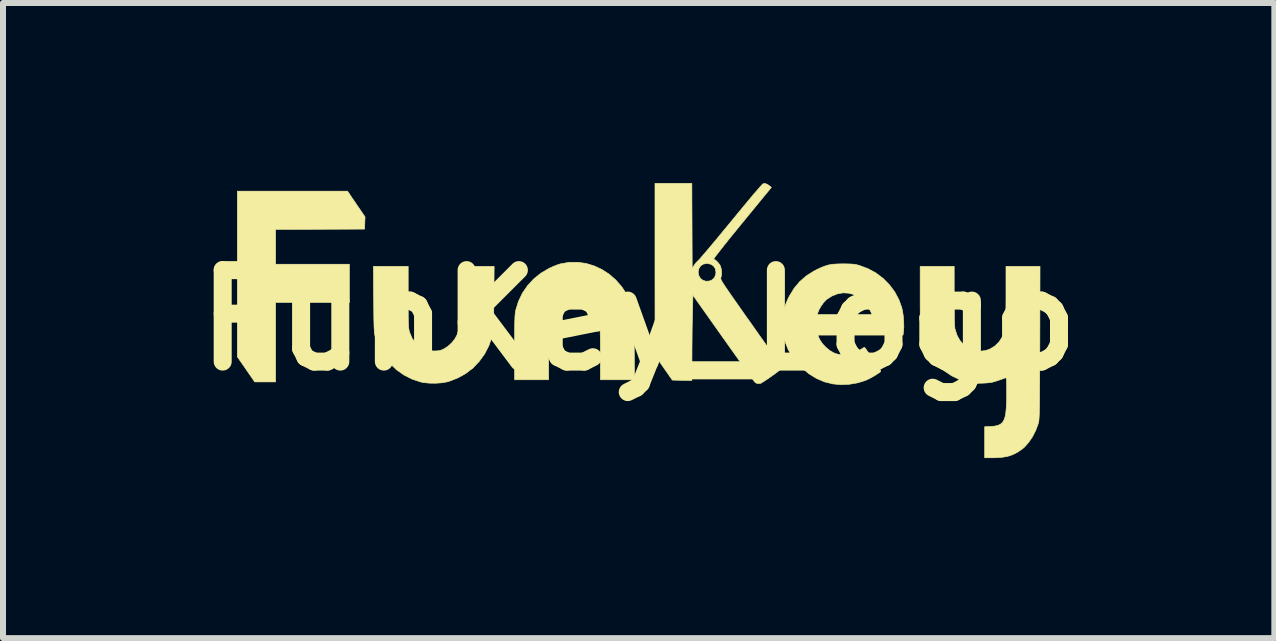
<source format=kicad_pcb>
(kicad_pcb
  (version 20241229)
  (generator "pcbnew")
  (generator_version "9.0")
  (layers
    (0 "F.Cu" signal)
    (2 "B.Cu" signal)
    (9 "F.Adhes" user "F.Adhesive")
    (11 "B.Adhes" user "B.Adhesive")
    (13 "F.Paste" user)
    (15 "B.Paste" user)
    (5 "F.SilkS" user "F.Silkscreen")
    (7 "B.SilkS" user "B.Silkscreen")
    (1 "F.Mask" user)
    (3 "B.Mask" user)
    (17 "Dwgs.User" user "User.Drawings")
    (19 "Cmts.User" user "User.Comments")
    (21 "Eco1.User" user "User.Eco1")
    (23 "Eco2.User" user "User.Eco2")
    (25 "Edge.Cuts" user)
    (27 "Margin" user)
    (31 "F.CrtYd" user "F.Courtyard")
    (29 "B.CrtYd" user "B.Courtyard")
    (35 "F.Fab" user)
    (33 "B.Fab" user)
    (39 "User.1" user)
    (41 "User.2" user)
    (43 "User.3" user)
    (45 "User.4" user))
  (footprint "FunKey_Logo"
    (layer "F.Cu")
    (at 7.591 2.285)
    (property "Reference" "FunKey_Logo" (at 0 0 0) (layer "F.SilkS") (effects (font (size 1.524 1.524) (thickness 0.3))))
    (attr through_hole)
    (fp_poly (pts (xy -5.768 -2.15) (xy -4.85 -2.15) (xy -4.812 -2.094) (xy -4.793 -2.064) (xy -4.763 -2.02) (xy -4.726 -1.967) (xy -4.687 -1.908) (xy -4.667 -1.88) (xy -4.559 -1.721) (xy -4.563 -1.62) (xy -4.566 -1.518) (xy -5.307 -1.515) (xy -6.049 -1.512) (xy -6.049 -0.933) (xy -4.82 -0.933) (xy -4.82 -0.295) (xy -6.049 -0.295) (xy -6.049 1.028) (xy -6.397 1.028) (xy -6.542 0.818) (xy -6.687 0.609) (xy -6.687 -2.15) (xy -5.768 -2.15)) (stroke (width 0.01) (type solid)) (fill yes) (layer "F.SilkS"))
    (fp_poly (pts (xy -0.877 -0.946) (xy -0.742 -0.905) (xy -0.613 -0.845) (xy -0.492 -0.767) (xy -0.381 -0.67) (xy -0.282 -0.557) (xy -0.198 -0.429) (xy -0.172 -0.38) (xy -0.151 -0.338) (xy -0.134 -0.301) (xy -0.12 -0.265) (xy -0.108 -0.229) (xy -0.099 -0.189) (xy -0.091 -0.143) (xy -0.086 -0.09) (xy -0.082 -0.025) (xy -0.079 0.052) (xy -0.077 0.144) (xy -0.075 0.255) (xy -0.074 0.386) (xy -0.074 0.44) (xy -0.069 0.992) (xy -0.638 0.992) (xy -0.638 0.523) (xy -0.638 0.377) (xy -0.64 0.252) (xy -0.642 0.147) (xy -0.646 0.058) (xy -0.653 -0.015) (xy -0.662 -0.077) (xy -0.673 -0.128) (xy -0.688 -0.171) (xy -0.707 -0.208) (xy -0.73 -0.241) (xy -0.757 -0.274) (xy -0.785 -0.302) (xy -0.862 -0.365) (xy -0.945 -0.406) (xy -1.031 -0.427) (xy -1.117 -0.427) (xy -1.2 -0.408) (xy -1.279 -0.37) (xy -1.351 -0.314) (xy -1.412 -0.241) (xy -1.46 -0.151) (xy -1.472 -0.121) (xy -1.479 -0.101) (xy -1.484 -0.083) (xy -1.489 -0.063) (xy -1.492 -0.04) (xy -1.495 -0.01) (xy -1.497 0.027) (xy -1.498 0.076) (xy -1.499 0.138) (xy -1.5 0.215) (xy -1.5 0.311) (xy -1.5 0.427) (xy -1.5 0.476) (xy -1.5 0.992) (xy -2.067 0.992) (xy -2.067 0.454) (xy -2.067 0.322) (xy -2.067 0.212) (xy -2.066 0.12) (xy -2.065 0.046) (xy -2.063 -0.015) (xy -2.061 -0.063) (xy -2.058 -0.101) (xy -2.055 -0.132) (xy -2.051 -0.157) (xy -2.048 -0.168) (xy -2.003 -0.313) (xy -1.938 -0.449) (xy -1.853 -0.574) (xy -1.75 -0.686) (xy -1.631 -0.782) (xy -1.498 -0.861) (xy -1.484 -0.868) (xy -1.428 -0.893) (xy -1.37 -0.917) (xy -1.319 -0.934) (xy -1.301 -0.939) (xy -1.159 -0.964) (xy -1.017 -0.965) (xy -0.877 -0.946)) (stroke (width 0.01) (type solid)) (fill yes) (layer "F.SilkS"))
    (fp_poly (pts (xy -3.84 -0.385) (xy -3.839 -0.26) (xy -3.839 -0.156) (xy -3.839 -0.072) (xy -3.838 -0.003) (xy -3.836 0.051) (xy -3.834 0.093) (xy -3.832 0.126) (xy -3.828 0.152) (xy -3.824 0.174) (xy -3.819 0.193) (xy -3.817 0.2) (xy -3.776 0.298) (xy -3.72 0.379) (xy -3.65 0.442) (xy -3.567 0.486) (xy -3.474 0.509) (xy -3.408 0.513) (xy -3.354 0.511) (xy -3.313 0.505) (xy -3.276 0.493) (xy -3.245 0.478) (xy -3.179 0.436) (xy -3.116 0.379) (xy -3.064 0.314) (xy -3.027 0.247) (xy -3.025 0.242) (xy -3.014 0.208) (xy -3.004 0.174) (xy -2.997 0.135) (xy -2.99 0.09) (xy -2.986 0.036) (xy -2.982 -0.03) (xy -2.98 -0.11) (xy -2.978 -0.206) (xy -2.978 -0.321) (xy -2.977 -0.44) (xy -2.977 -0.898) (xy -2.408 -0.898) (xy -2.413 -0.357) (xy -2.414 -0.229) (xy -2.415 -0.123) (xy -2.416 -0.035) (xy -2.418 0.036) (xy -2.42 0.094) (xy -2.422 0.14) (xy -2.425 0.176) (xy -2.428 0.206) (xy -2.432 0.231) (xy -2.437 0.254) (xy -2.443 0.277) (xy -2.444 0.278) (xy -2.496 0.426) (xy -2.567 0.563) (xy -2.657 0.687) (xy -2.762 0.796) (xy -2.881 0.888) (xy -3.013 0.962) (xy -3.155 1.017) (xy -3.195 1.028) (xy -3.281 1.043) (xy -3.38 1.05) (xy -3.482 1.049) (xy -3.578 1.04) (xy -3.633 1.029) (xy -3.776 0.981) (xy -3.911 0.913) (xy -4.034 0.826) (xy -4.143 0.722) (xy -4.237 0.604) (xy -4.314 0.472) (xy -4.372 0.33) (xy -4.384 0.289) (xy -4.391 0.266) (xy -4.396 0.244) (xy -4.4 0.219) (xy -4.404 0.191) (xy -4.406 0.155) (xy -4.409 0.111) (xy -4.41 0.056) (xy -4.412 -0.014) (xy -4.413 -0.099) (xy -4.414 -0.203) (xy -4.415 -0.328) (xy -4.416 -0.351) (xy -4.42 -0.898) (xy -3.84 -0.898) (xy -3.84 -0.385)) (stroke (width 0.01) (type solid)) (fill yes) (layer "F.SilkS"))
    (fp_poly (pts (xy 5.257 -0.408) (xy 5.258 -0.27) (xy 5.259 -0.15) (xy 5.26 -0.048) (xy 5.262 0.035) (xy 5.265 0.096) (xy 5.269 0.135) (xy 5.27 0.144) (xy 5.303 0.248) (xy 5.353 0.338) (xy 5.42 0.413) (xy 5.503 0.471) (xy 5.527 0.482) (xy 5.606 0.508) (xy 5.693 0.516) (xy 5.779 0.506) (xy 5.848 0.483) (xy 5.935 0.43) (xy 6.003 0.364) (xy 6.046 0.298) (xy 6.063 0.266) (xy 6.077 0.235) (xy 6.089 0.205) (xy 6.098 0.172) (xy 6.105 0.134) (xy 6.111 0.088) (xy 6.115 0.033) (xy 6.117 -0.036) (xy 6.119 -0.119) (xy 6.119 -0.219) (xy 6.12 -0.34) (xy 6.12 -0.404) (xy 6.12 -0.898) (xy 6.687 -0.898) (xy 6.684 0.375) (xy 6.683 0.577) (xy 6.682 0.757) (xy 6.682 0.915) (xy 6.681 1.055) (xy 6.68 1.176) (xy 6.68 1.28) (xy 6.679 1.369) (xy 6.678 1.445) (xy 6.676 1.507) (xy 6.675 1.559) (xy 6.673 1.601) (xy 6.671 1.634) (xy 6.669 1.66) (xy 6.667 1.681) (xy 6.664 1.697) (xy 6.661 1.711) (xy 6.659 1.719) (xy 6.616 1.835) (xy 6.561 1.943) (xy 6.496 2.038) (xy 6.425 2.117) (xy 6.389 2.147) (xy 6.308 2.202) (xy 6.228 2.242) (xy 6.143 2.27) (xy 6.047 2.285) (xy 5.935 2.292) (xy 5.91 2.292) (xy 5.765 2.292) (xy 5.765 1.775) (xy 5.869 1.77) (xy 5.931 1.765) (xy 5.983 1.753) (xy 6.025 1.735) (xy 6.059 1.706) (xy 6.085 1.666) (xy 6.104 1.613) (xy 6.117 1.544) (xy 6.125 1.458) (xy 6.13 1.352) (xy 6.131 1.224) (xy 6.131 1.213) (xy 6.131 1.128) (xy 6.131 1.064) (xy 6.13 1.019) (xy 6.128 0.988) (xy 6.125 0.97) (xy 6.12 0.962) (xy 6.115 0.96) (xy 6.111 0.961) (xy 6.091 0.968) (xy 6.055 0.981) (xy 6.009 0.997) (xy 5.984 1.006) (xy 5.933 1.022) (xy 5.889 1.034) (xy 5.843 1.041) (xy 5.789 1.046) (xy 5.728 1.049) (xy 5.648 1.051) (xy 5.585 1.049) (xy 5.53 1.042) (xy 5.492 1.035) (xy 5.35 0.991) (xy 5.216 0.927) (xy 5.093 0.845) (xy 4.983 0.746) (xy 4.887 0.632) (xy 4.807 0.507) (xy 4.747 0.371) (xy 4.707 0.228) (xy 4.707 0.226) (xy 4.703 0.198) (xy 4.699 0.161) (xy 4.696 0.113) (xy 4.694 0.052) (xy 4.692 -0.024) (xy 4.691 -0.118) (xy 4.69 -0.23) (xy 4.69 -0.364) (xy 4.69 -0.379) (xy 4.69 -0.898) (xy 5.257 -0.898) (xy 5.257 -0.408)) (stroke (width 0.01) (type solid)) (fill yes) (layer "F.SilkS"))
    (fp_poly (pts (xy 3.484 -0.938) (xy 3.542 -0.936) (xy 3.589 -0.932) (xy 3.63 -0.925) (xy 3.671 -0.914) (xy 3.678 -0.912) (xy 3.82 -0.859) (xy 3.953 -0.787) (xy 4.073 -0.696) (xy 4.178 -0.59) (xy 4.267 -0.471) (xy 4.337 -0.339) (xy 4.383 -0.212) (xy 4.398 -0.142) (xy 4.41 -0.058) (xy 4.416 0.031) (xy 4.418 0.115) (xy 4.413 0.181) (xy 4.405 0.248) (xy 2.987 0.248) (xy 2.995 0.275) (xy 3.023 0.334) (xy 3.067 0.397) (xy 3.124 0.456) (xy 3.187 0.507) (xy 3.247 0.542) (xy 3.283 0.557) (xy 3.317 0.566) (xy 3.355 0.571) (xy 3.408 0.573) (xy 3.426 0.573) (xy 3.483 0.572) (xy 3.525 0.568) (xy 3.559 0.56) (xy 3.594 0.547) (xy 3.606 0.541) (xy 3.651 0.518) (xy 3.693 0.493) (xy 3.716 0.477) (xy 3.744 0.46) (xy 3.763 0.454) (xy 3.767 0.456) (xy 3.779 0.471) (xy 3.8 0.501) (xy 3.829 0.542) (xy 3.863 0.592) (xy 3.899 0.645) (xy 3.935 0.699) (xy 3.969 0.749) (xy 3.998 0.793) (xy 4.02 0.827) (xy 4.032 0.846) (xy 4.034 0.85) (xy 4.024 0.862) (xy 3.997 0.882) (xy 3.958 0.907) (xy 3.913 0.935) (xy 3.865 0.962) (xy 3.819 0.985) (xy 3.78 1.003) (xy 3.652 1.043) (xy 3.514 1.067) (xy 3.375 1.074) (xy 3.242 1.062) (xy 3.239 1.062) (xy 3.096 1.027) (xy 2.962 0.97) (xy 2.836 0.892) (xy 2.716 0.791) (xy 2.704 0.78) (xy 2.616 0.684) (xy 2.546 0.588) (xy 2.49 0.486) (xy 2.444 0.37) (xy 2.443 0.366) (xy 2.428 0.322) (xy 2.418 0.285) (xy 2.411 0.25) (xy 2.408 0.211) (xy 2.406 0.162) (xy 2.405 0.097) (xy 2.405 0.071) (xy 2.407 -0.032) (xy 2.412 -0.095) (xy 2.976 -0.095) (xy 3.887 -0.095) (xy 3.869 -0.139) (xy 3.815 -0.239) (xy 3.748 -0.322) (xy 3.666 -0.386) (xy 3.573 -0.431) (xy 3.496 -0.451) (xy 3.404 -0.456) (xy 3.311 -0.439) (xy 3.22 -0.403) (xy 3.136 -0.349) (xy 3.118 -0.333) (xy 3.078 -0.29) (xy 3.038 -0.233) (xy 3.004 -0.173) (xy 2.984 -0.121) (xy 2.976 -0.095) (xy 2.412 -0.095) (xy 2.414 -0.118) (xy 2.428 -0.194) (xy 2.45 -0.267) (xy 2.482 -0.343) (xy 2.511 -0.402) (xy 2.59 -0.531) (xy 2.683 -0.643) (xy 2.794 -0.739) (xy 2.922 -0.82) (xy 2.959 -0.839) (xy 3.037 -0.876) (xy 3.103 -0.902) (xy 3.166 -0.921) (xy 3.232 -0.932) (xy 3.307 -0.937) (xy 3.398 -0.939) (xy 3.408 -0.939) (xy 3.484 -0.938)) (stroke (width 0.01) (type solid)) (fill yes) (layer "F.SilkS"))
    (fp_poly (pts (xy 0.889 -1.568) (xy 0.892 -0.857) (xy 0.918 -0.906) (xy 0.945 -0.945) (xy 0.98 -0.983) (xy 0.991 -0.993) (xy 1.007 -1.008) (xy 1.035 -1.04) (xy 1.076 -1.088) (xy 1.128 -1.148) (xy 1.189 -1.221) (xy 1.259 -1.304) (xy 1.335 -1.395) (xy 1.416 -1.494) (xy 1.502 -1.598) (xy 1.544 -1.649) (xy 1.64 -1.766) (xy 1.729 -1.874) (xy 1.81 -1.972) (xy 1.882 -2.058) (xy 1.944 -2.131) (xy 1.996 -2.19) (xy 2.035 -2.235) (xy 2.062 -2.264) (xy 2.075 -2.275) (xy 2.075 -2.275) (xy 2.11 -2.277) (xy 2.147 -2.262) (xy 2.178 -2.24) (xy 2.211 -2.213) (xy 1.723 -1.618) (xy 1.636 -1.511) (xy 1.554 -1.411) (xy 1.48 -1.319) (xy 1.415 -1.237) (xy 1.359 -1.166) (xy 1.313 -1.107) (xy 1.279 -1.062) (xy 1.258 -1.032) (xy 1.25 -1.019) (xy 1.25 -1.019) (xy 1.28 -1.001) (xy 1.314 -0.97) (xy 1.345 -0.932) (xy 1.359 -0.909) (xy 1.374 -0.863) (xy 1.382 -0.807) (xy 1.38 -0.752) (xy 1.37 -0.708) (xy 1.369 -0.705) (xy 1.367 -0.698) (xy 1.368 -0.69) (xy 1.372 -0.678) (xy 1.38 -0.66) (xy 1.393 -0.637) (xy 1.412 -0.607) (xy 1.438 -0.567) (xy 1.472 -0.517) (xy 1.514 -0.456) (xy 1.565 -0.382) (xy 1.627 -0.294) (xy 1.699 -0.191) (xy 1.784 -0.07) (xy 1.872 0.053) (xy 1.954 0.17) (xy 2.033 0.282) (xy 2.107 0.386) (xy 2.174 0.482) (xy 2.234 0.568) (xy 2.286 0.643) (xy 2.329 0.704) (xy 2.361 0.751) (xy 2.382 0.781) (xy 2.39 0.794) (xy 2.39 0.795) (xy 2.382 0.805) (xy 2.357 0.826) (xy 2.32 0.855) (xy 2.275 0.889) (xy 2.225 0.925) (xy 2.173 0.962) (xy 2.124 0.995) (xy 2.081 1.023) (xy 2.047 1.044) (xy 2.028 1.054) (xy 2.026 1.054) (xy 1.994 1.055) (xy 1.979 1.054) (xy 1.951 1.044) (xy 1.94 1.036) (xy 1.931 1.025) (xy 1.909 0.996) (xy 1.876 0.95) (xy 1.832 0.89) (xy 1.78 0.817) (xy 1.719 0.732) (xy 1.651 0.637) (xy 1.577 0.533) (xy 1.498 0.422) (xy 1.416 0.306) (xy 1.414 0.304) (xy 0.904 -0.417) (xy 0.897 -0.135) (xy 0.895 -0.052) (xy 0.893 0.049) (xy 0.891 0.163) (xy 0.89 0.284) (xy 0.889 0.406) (xy 0.888 0.524) (xy 0.888 0.576) (xy 0.886 1.005) (xy 0.724 1.002) (xy 0.561 0.998) (xy 0.417 0.792) (xy 0.273 0.585) (xy 0.272 -0.797) (xy 0.992 -0.797) (xy 1.003 -0.741) (xy 1.03 -0.696) (xy 1.072 -0.664) (xy 1.122 -0.649) (xy 1.178 -0.653) (xy 1.217 -0.668) (xy 1.256 -0.7) (xy 1.28 -0.748) (xy 1.288 -0.797) (xy 1.278 -0.856) (xy 1.249 -0.902) (xy 1.204 -0.932) (xy 1.145 -0.945) (xy 1.134 -0.945) (xy 1.078 -0.935) (xy 1.033 -0.906) (xy 1.004 -0.861) (xy 0.992 -0.803) (xy 0.992 -0.797) (xy 0.272 -0.797) (xy 0.272 -0.848) (xy 0.272 -2.28) (xy 0.886 -2.28) (xy 0.889 -1.568)) (stroke (width 0.01) (type solid)) (fill yes) (layer "F.SilkS")))
  (gr_rect
    (start -3 -3)
    (end 18.182 7.582)
    (stroke (width 0.1) (type default))
    (fill no)
    (layer "Edge.Cuts")))
</source>
